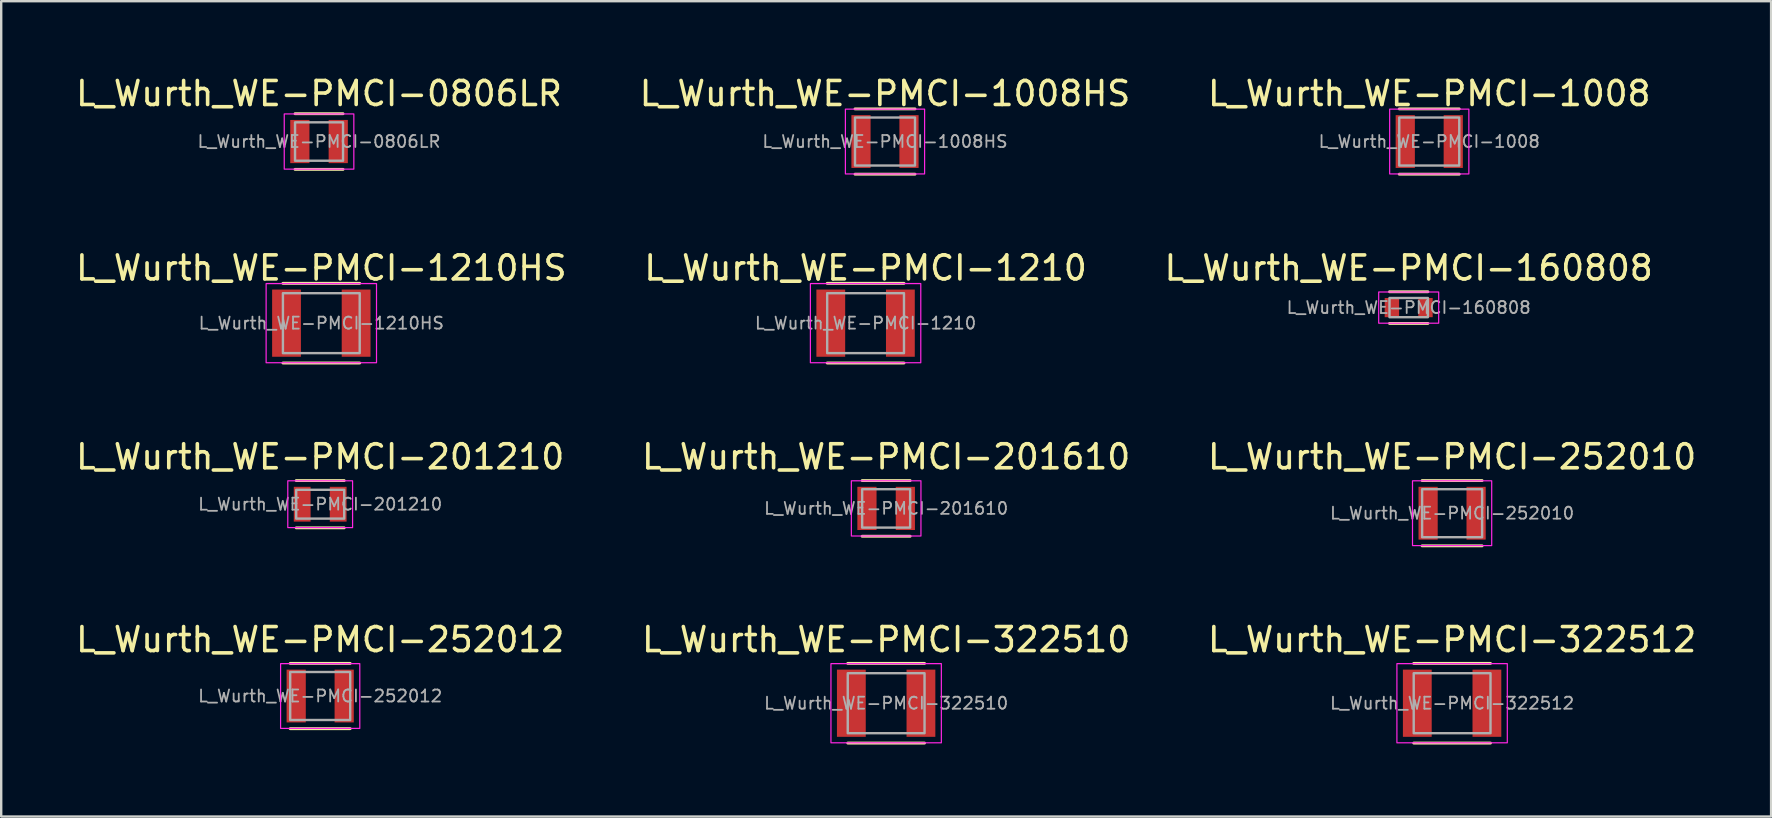
<source format=kicad_pcb>
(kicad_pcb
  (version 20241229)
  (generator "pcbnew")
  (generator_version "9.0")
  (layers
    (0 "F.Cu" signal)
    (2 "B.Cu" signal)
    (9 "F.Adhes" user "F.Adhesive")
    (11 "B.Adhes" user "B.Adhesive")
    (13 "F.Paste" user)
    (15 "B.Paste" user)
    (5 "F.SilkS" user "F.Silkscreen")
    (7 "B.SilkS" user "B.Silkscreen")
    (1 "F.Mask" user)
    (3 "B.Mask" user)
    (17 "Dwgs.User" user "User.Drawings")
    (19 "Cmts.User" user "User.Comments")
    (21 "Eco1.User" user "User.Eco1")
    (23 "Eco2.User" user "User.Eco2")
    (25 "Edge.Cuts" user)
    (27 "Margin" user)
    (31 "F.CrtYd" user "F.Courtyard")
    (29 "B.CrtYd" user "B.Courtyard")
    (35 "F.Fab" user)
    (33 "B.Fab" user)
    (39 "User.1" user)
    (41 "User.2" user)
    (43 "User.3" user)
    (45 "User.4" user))
  (footprint "L_Wurth_WE-PMCI-1008HS"
    (layer "F.Cu")
    (at 33.827 2.848)
    (property "Reference" "L_Wurth_WE-PMCI-1008HS" (at 0 -2 0) (unlocked yes) (layer "F.SilkS") (effects (font (size 1 1) (thickness 0.15))))
    (attr smd)
    (fp_line (start -1.25 -1.36) (end 1.25 -1.36) (stroke (width 0.12) (type solid)) (layer "F.SilkS"))
    (fp_line (start -1.25 1.36) (end 1.25 1.36) (stroke (width 0.12) (type solid)) (layer "F.SilkS"))
    (fp_rect (start -1.65 -1.35) (end 1.65 1.35) (stroke (width 0.05) (type solid)) (fill no) (layer "F.CrtYd"))
    (fp_rect (start -1.25 -1) (end 1.25 1) (stroke (width 0.1) (type solid)) (fill no) (layer "F.Fab"))
    (fp_text user "${REFERENCE}" (at 0 0 0) (unlocked yes) (layer "F.Fab") (effects (font (size 0.5 0.5) (thickness 0.075))))
    (pad "1" smd rect (at -1 0) (size 0.8 2.2) (layers "F.Cu" "F.Mask" "F.Paste"))
    (pad "2" smd rect (at 1 0) (size 0.8 2.2) (layers "F.Cu" "F.Mask" "F.Paste")))
  (footprint "L_Wurth_WE-PMCI-322512"
    (layer "F.Cu")
    (at 57.458 26.253)
    (property "Reference" "L_Wurth_WE-PMCI-322512" (at 0 -2.65 0) (unlocked yes) (layer "F.SilkS") (effects (font (size 1 1) (thickness 0.15))))
    (attr smd)
    (fp_line (start -1.6 -1.66) (end 1.6 -1.66) (stroke (width 0.12) (type solid)) (layer "F.SilkS"))
    (fp_line (start -1.6 1.66) (end 1.6 1.66) (stroke (width 0.12) (type solid)) (layer "F.SilkS"))
    (fp_rect (start -2.3 -1.65) (end 2.3 1.65) (stroke (width 0.05) (type solid)) (fill no) (layer "F.CrtYd"))
    (fp_rect (start -1.6 -1.25) (end 1.6 1.25) (stroke (width 0.1) (type solid)) (fill no) (layer "F.Fab"))
    (fp_text user "${REFERENCE}" (at 0 0 0) (unlocked yes) (layer "F.Fab") (effects (font (size 0.5 0.5) (thickness 0.075))))
    (pad "1" smd rect (at -1.45 0) (size 1.2 2.8) (layers "F.Cu" "F.Mask" "F.Paste"))
    (pad "2" smd rect (at 1.45 0) (size 1.2 2.8) (layers "F.Cu" "F.Mask" "F.Paste")))
  (footprint "L_Wurth_WE-PMCI-322510"
    (layer "F.Cu")
    (at 33.875 26.253)
    (property "Reference" "L_Wurth_WE-PMCI-322510" (at 0 -2.65 0) (unlocked yes) (layer "F.SilkS") (effects (font (size 1 1) (thickness 0.15))))
    (attr smd)
    (fp_line (start -1.6 -1.66) (end 1.6 -1.66) (stroke (width 0.12) (type solid)) (layer "F.SilkS"))
    (fp_line (start -1.6 1.66) (end 1.6 1.66) (stroke (width 0.12) (type solid)) (layer "F.SilkS"))
    (fp_rect (start -2.3 -1.65) (end 2.3 1.65) (stroke (width 0.05) (type solid)) (fill no) (layer "F.CrtYd"))
    (fp_rect (start -1.6 -1.25) (end 1.6 1.25) (stroke (width 0.1) (type solid)) (fill no) (layer "F.Fab"))
    (fp_text user "${REFERENCE}" (at 0 0 0) (unlocked yes) (layer "F.Fab") (effects (font (size 0.5 0.5) (thickness 0.075))))
    (pad "1" smd rect (at -1.45 0) (size 1.2 2.8) (layers "F.Cu" "F.Mask" "F.Paste"))
    (pad "2" smd rect (at 1.45 0) (size 1.2 2.8) (layers "F.Cu" "F.Mask" "F.Paste")))
  (footprint "L_Wurth_WE-PMCI-160808"
    (layer "F.Cu")
    (at 55.649 9.767)
    (property "Reference" "L_Wurth_WE-PMCI-160808" (at 0 -1.65 0) (unlocked yes) (layer "F.SilkS") (effects (font (size 1 1) (thickness 0.15))))
    (attr smd)
    (fp_line (start -0.8 -0.66) (end 0.8 -0.66) (stroke (width 0.12) (type solid)) (layer "F.SilkS"))
    (fp_line (start -0.8 0.66) (end 0.8 0.66) (stroke (width 0.12) (type solid)) (layer "F.SilkS"))
    (fp_rect (start -1.25 -0.65) (end 1.25 0.65) (stroke (width 0.05) (type solid)) (fill no) (layer "F.CrtYd"))
    (fp_rect (start -0.8 -0.4) (end 0.8 0.4) (stroke (width 0.1) (type solid)) (fill no) (layer "F.Fab"))
    (fp_text user "${REFERENCE}" (at 0 0 0) (unlocked yes) (layer "F.Fab") (effects (font (size 0.5 0.5) (thickness 0.075))))
    (pad "1" smd rect (at -0.7 0) (size 0.6 0.8) (layers "F.Cu" "F.Mask" "F.Paste"))
    (pad "2" smd rect (at 0.7 0) (size 0.6 0.8) (layers "F.Cu" "F.Mask" "F.Paste")))
  (footprint "L_Wurth_WE-PMCI-1008"
    (layer "F.Cu")
    (at 56.506 2.848)
    (property "Reference" "L_Wurth_WE-PMCI-1008" (at 0 -2 0) (unlocked yes) (layer "F.SilkS") (effects (font (size 1 1) (thickness 0.15))))
    (attr smd)
    (fp_line (start -1.25 -1.36) (end 1.25 -1.36) (stroke (width 0.12) (type solid)) (layer "F.SilkS"))
    (fp_line (start -1.25 1.36) (end 1.25 1.36) (stroke (width 0.12) (type solid)) (layer "F.SilkS"))
    (fp_rect (start -1.65 -1.35) (end 1.65 1.35) (stroke (width 0.05) (type solid)) (fill no) (layer "F.CrtYd"))
    (fp_rect (start -1.25 -1) (end 1.25 1) (stroke (width 0.1) (type solid)) (fill no) (layer "F.Fab"))
    (fp_text user "${REFERENCE}" (at 0 0 0) (unlocked yes) (layer "F.Fab") (effects (font (size 0.5 0.5) (thickness 0.075))))
    (pad "1" smd rect (at -1 0) (size 0.8 2.2) (layers "F.Cu" "F.Mask" "F.Paste"))
    (pad "2" smd rect (at 1 0) (size 0.8 2.2) (layers "F.Cu" "F.Mask" "F.Paste")))
  (footprint "L_Wurth_WE-PMCI-201210"
    (layer "F.Cu")
    (at 10.292 17.96)
    (property "Reference" "L_Wurth_WE-PMCI-201210" (at 0 -1.975 0) (unlocked yes) (layer "F.SilkS") (effects (font (size 1 1) (thickness 0.15))))
    (attr smd)
    (fp_line (start -1 -0.985) (end 1 -0.985) (stroke (width 0.12) (type solid)) (layer "F.SilkS"))
    (fp_line (start -1 0.985) (end 1 0.985) (stroke (width 0.12) (type solid)) (layer "F.SilkS"))
    (fp_rect (start -1.35 -0.975) (end 1.35 0.975) (stroke (width 0.05) (type solid)) (fill no) (layer "F.CrtYd"))
    (fp_rect (start -1 -0.6) (end 1 0.6) (stroke (width 0.1) (type solid)) (fill no) (layer "F.Fab"))
    (fp_text user "${REFERENCE}" (at 0 0 0) (unlocked yes) (layer "F.Fab") (effects (font (size 0.5 0.5) (thickness 0.075))))
    (pad "1" smd rect (at -0.75 0) (size 0.7 1.45) (layers "F.Cu" "F.Mask" "F.Paste"))
    (pad "2" smd rect (at 0.75 0) (size 0.7 1.45) (layers "F.Cu" "F.Mask" "F.Paste")))
  (footprint "L_Wurth_WE-PMCI-1210"
    (layer "F.Cu")
    (at 33.018 10.416)
    (property "Reference" "L_Wurth_WE-PMCI-1210" (at 0 -2.3 0) (unlocked yes) (layer "F.SilkS") (effects (font (size 1 1) (thickness 0.15))))
    (attr smd)
    (fp_line (start -1.6 -1.66) (end 1.6 -1.66) (stroke (width 0.12) (type solid)) (layer "F.SilkS"))
    (fp_line (start -1.6 1.66) (end 1.6 1.66) (stroke (width 0.12) (type solid)) (layer "F.SilkS"))
    (fp_rect (start -2.3 -1.65) (end 2.3 1.65) (stroke (width 0.05) (type solid)) (fill no) (layer "F.CrtYd"))
    (fp_rect (start -1.6 -1.25) (end 1.6 1.25) (stroke (width 0.1) (type solid)) (fill no) (layer "F.Fab"))
    (fp_text user "${REFERENCE}" (at 0 0 0) (unlocked yes) (layer "F.Fab") (effects (font (size 0.5 0.5) (thickness 0.075))))
    (pad "1" smd rect (at -1.45 0) (size 1.2 2.8) (layers "F.Cu" "F.Mask" "F.Paste"))
    (pad "2" smd rect (at 1.45 0) (size 1.2 2.8) (layers "F.Cu" "F.Mask" "F.Paste")))
  (footprint "L_Wurth_WE-PMCI-201610"
    (layer "F.Cu")
    (at 33.875 18.135)
    (property "Reference" "L_Wurth_WE-PMCI-201610" (at 0 -2.15 0) (unlocked yes) (layer "F.SilkS") (effects (font (size 1 1) (thickness 0.15))))
    (attr smd)
    (fp_line (start -1 -1.16) (end 1 -1.16) (stroke (width 0.12) (type solid)) (layer "F.SilkS"))
    (fp_line (start -1 1.16) (end 1 1.16) (stroke (width 0.12) (type solid)) (layer "F.SilkS"))
    (fp_rect (start -1.45 -1.15) (end 1.45 1.15) (stroke (width 0.05) (type solid)) (fill no) (layer "F.CrtYd"))
    (fp_rect (start -1 -0.8) (end 1 0.8) (stroke (width 0.1) (type solid)) (fill no) (layer "F.Fab"))
    (fp_text user "${REFERENCE}" (at 0 0 0) (unlocked yes) (layer "F.Fab") (effects (font (size 0.5 0.5) (thickness 0.075))))
    (pad "1" smd rect (at -0.8 0) (size 0.8 1.8) (layers "F.Cu" "F.Mask" "F.Paste"))
    (pad "2" smd rect (at 0.8 0) (size 0.8 1.8) (layers "F.Cu" "F.Mask" "F.Paste")))
  (footprint "L_Wurth_WE-PMCI-252012"
    (layer "F.Cu")
    (at 10.292 25.953)
    (property "Reference" "L_Wurth_WE-PMCI-252012" (at 0 -2.35 0) (unlocked yes) (layer "F.SilkS") (effects (font (size 1 1) (thickness 0.15))))
    (attr smd)
    (fp_line (start -1.25 -1.36) (end 1.25 -1.36) (stroke (width 0.12) (type solid)) (layer "F.SilkS"))
    (fp_line (start -1.25 1.36) (end 1.25 1.36) (stroke (width 0.12) (type solid)) (layer "F.SilkS"))
    (fp_rect (start -1.65 -1.35) (end 1.65 1.35) (stroke (width 0.05) (type solid)) (fill no) (layer "F.CrtYd"))
    (fp_rect (start -1.25 -1) (end 1.25 1) (stroke (width 0.1) (type solid)) (fill no) (layer "F.Fab"))
    (fp_text user "${REFERENCE}" (at 0 0 0) (unlocked yes) (layer "F.Fab") (effects (font (size 0.5 0.5) (thickness 0.075))))
    (pad "1" smd rect (at -1 0) (size 0.8 2.2) (layers "F.Cu" "F.Mask" "F.Paste"))
    (pad "2" smd rect (at 1 0) (size 0.8 2.2) (layers "F.Cu" "F.Mask" "F.Paste")))
  (footprint "L_Wurth_WE-PMCI-1210HS"
    (layer "F.Cu")
    (at 10.339 10.416)
    (property "Reference" "L_Wurth_WE-PMCI-1210HS" (at 0 -2.3 0) (unlocked yes) (layer "F.SilkS") (effects (font (size 1 1) (thickness 0.15))))
    (attr smd)
    (fp_line (start -1.6 -1.66) (end 1.6 -1.66) (stroke (width 0.12) (type solid)) (layer "F.SilkS"))
    (fp_line (start -1.6 1.66) (end 1.6 1.66) (stroke (width 0.12) (type solid)) (layer "F.SilkS"))
    (fp_rect (start -2.3 -1.65) (end 2.3 1.65) (stroke (width 0.05) (type solid)) (fill no) (layer "F.CrtYd"))
    (fp_rect (start -1.6 -1.25) (end 1.6 1.25) (stroke (width 0.1) (type solid)) (fill no) (layer "F.Fab"))
    (fp_text user "${REFERENCE}" (at 0 0 0) (unlocked yes) (layer "F.Fab") (effects (font (size 0.5 0.5) (thickness 0.075))))
    (pad "1" smd rect (at -1.45 0) (size 1.2 2.8) (layers "F.Cu" "F.Mask" "F.Paste"))
    (pad "2" smd rect (at 1.45 0) (size 1.2 2.8) (layers "F.Cu" "F.Mask" "F.Paste")))
  (footprint "L_Wurth_WE-PMCI-252010"
    (layer "F.Cu")
    (at 57.458 18.335)
    (property "Reference" "L_Wurth_WE-PMCI-252010" (at 0 -2.35 0) (unlocked yes) (layer "F.SilkS") (effects (font (size 1 1) (thickness 0.15))))
    (attr smd)
    (fp_line (start -1.25 -1.36) (end 1.25 -1.36) (stroke (width 0.12) (type solid)) (layer "F.SilkS"))
    (fp_line (start -1.25 1.36) (end 1.25 1.36) (stroke (width 0.12) (type solid)) (layer "F.SilkS"))
    (fp_rect (start -1.65 -1.35) (end 1.65 1.35) (stroke (width 0.05) (type solid)) (fill no) (layer "F.CrtYd"))
    (fp_rect (start -1.25 -1) (end 1.25 1) (stroke (width 0.1) (type solid)) (fill no) (layer "F.Fab"))
    (fp_text user "${REFERENCE}" (at 0 0 0) (unlocked yes) (layer "F.Fab") (effects (font (size 0.5 0.5) (thickness 0.075))))
    (pad "1" smd rect (at -1 0) (size 0.8 2.2) (layers "F.Cu" "F.Mask" "F.Paste"))
    (pad "2" smd rect (at 1 0) (size 0.8 2.2) (layers "F.Cu" "F.Mask" "F.Paste")))
  (footprint "L_Wurth_WE-PMCI-0806LR"
    (layer "F.Cu")
    (at 10.244 2.848)
    (property "Reference" "L_Wurth_WE-PMCI-0806LR" (at 0 -2 0) (unlocked yes) (layer "F.SilkS") (effects (font (size 1 1) (thickness 0.15))))
    (attr smd)
    (fp_line (start -1 -1.16) (end 1 -1.16) (stroke (width 0.12) (type solid)) (layer "F.SilkS"))
    (fp_line (start -1 1.16) (end 1 1.16) (stroke (width 0.12) (type solid)) (layer "F.SilkS"))
    (fp_rect (start -1.45 -1.15) (end 1.45 1.15) (stroke (width 0.05) (type solid)) (fill no) (layer "F.CrtYd"))
    (fp_rect (start -1 -0.8) (end 1 0.8) (stroke (width 0.1) (type solid)) (fill no) (layer "F.Fab"))
    (fp_text user "${REFERENCE}" (at 0 0 0) (unlocked yes) (layer "F.Fab") (effects (font (size 0.5 0.5) (thickness 0.075))))
    (pad "1" smd rect (at -0.8 0) (size 0.8 1.8) (layers "F.Cu" "F.Mask" "F.Paste"))
    (pad "2" smd rect (at 0.8 0) (size 0.8 1.8) (layers "F.Cu" "F.Mask" "F.Paste")))
  (gr_rect
    (start -3 -3)
    (end 70.75 30.973)
    (stroke (width 0.1) (type default))
    (fill no)
    (layer "Edge.Cuts")))
</source>
